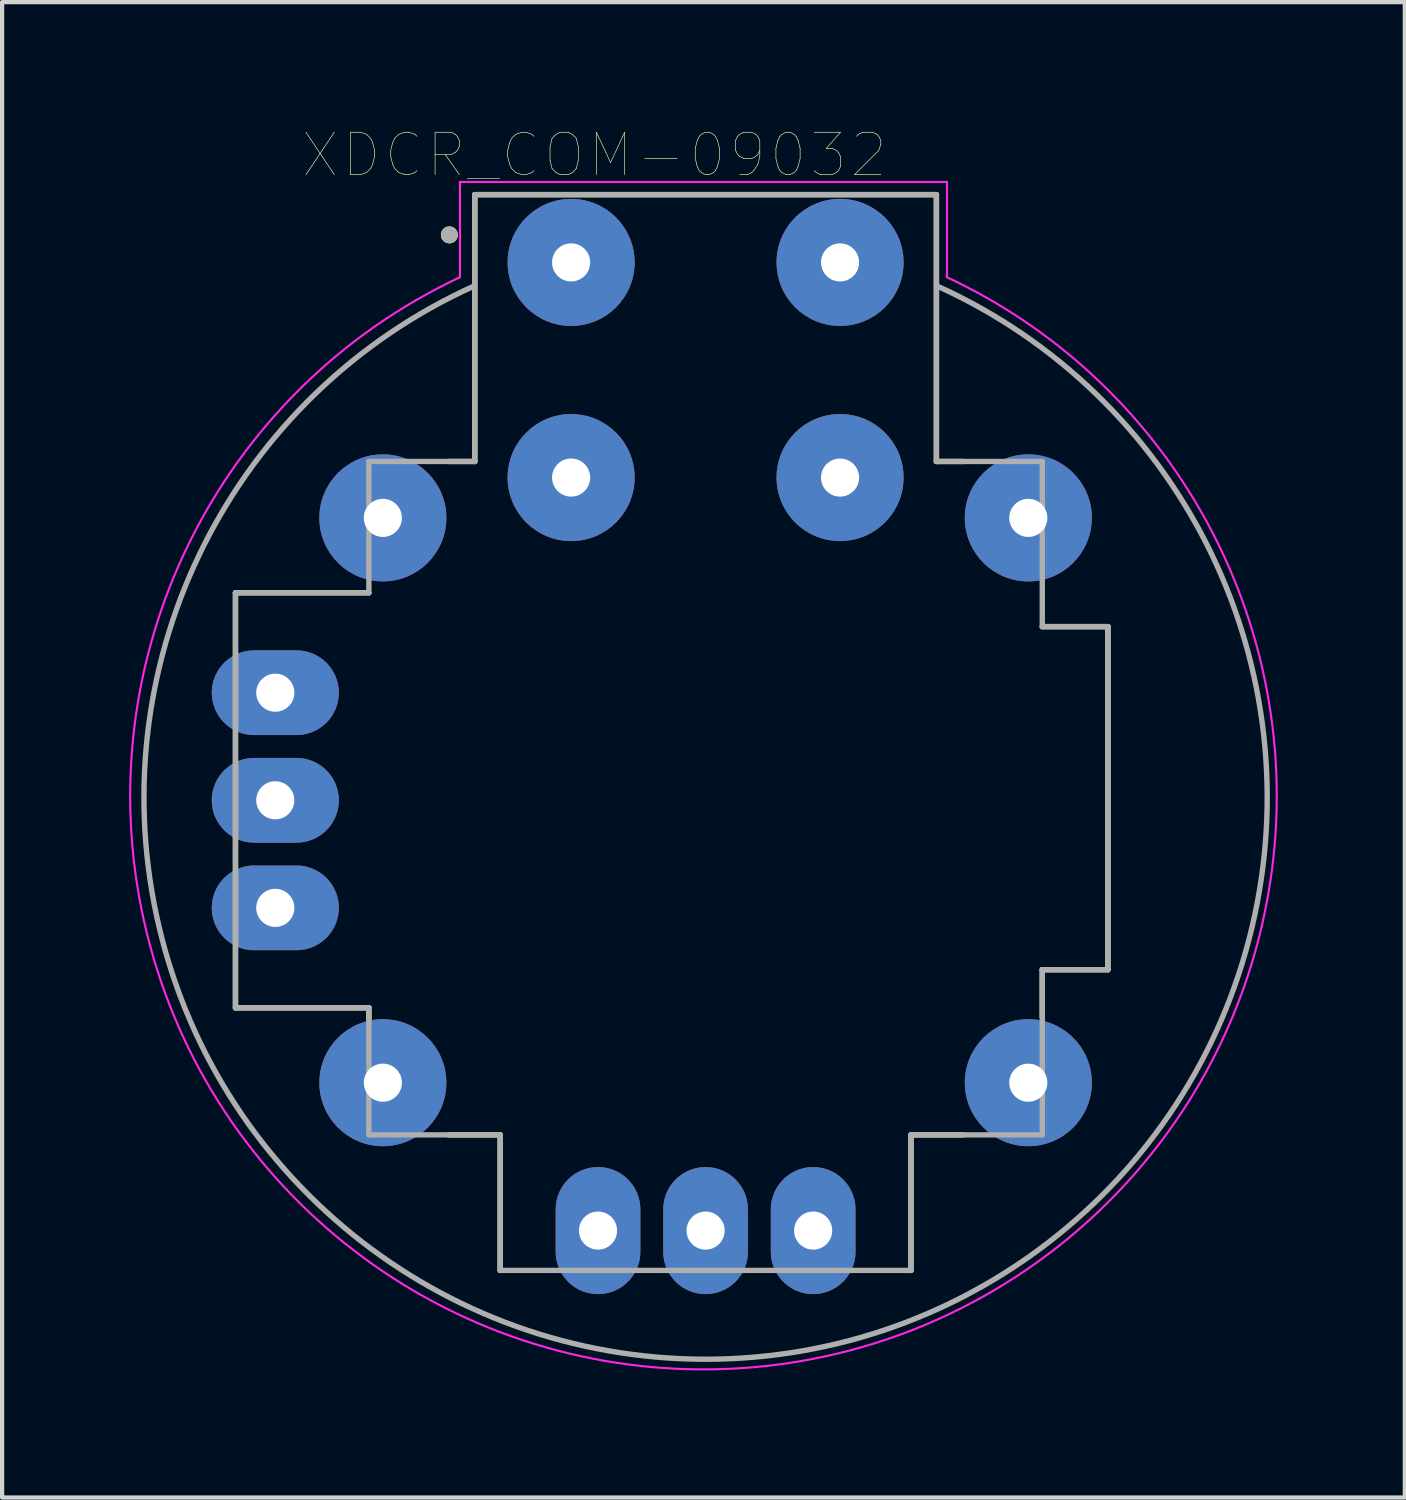
<source format=kicad_pcb>
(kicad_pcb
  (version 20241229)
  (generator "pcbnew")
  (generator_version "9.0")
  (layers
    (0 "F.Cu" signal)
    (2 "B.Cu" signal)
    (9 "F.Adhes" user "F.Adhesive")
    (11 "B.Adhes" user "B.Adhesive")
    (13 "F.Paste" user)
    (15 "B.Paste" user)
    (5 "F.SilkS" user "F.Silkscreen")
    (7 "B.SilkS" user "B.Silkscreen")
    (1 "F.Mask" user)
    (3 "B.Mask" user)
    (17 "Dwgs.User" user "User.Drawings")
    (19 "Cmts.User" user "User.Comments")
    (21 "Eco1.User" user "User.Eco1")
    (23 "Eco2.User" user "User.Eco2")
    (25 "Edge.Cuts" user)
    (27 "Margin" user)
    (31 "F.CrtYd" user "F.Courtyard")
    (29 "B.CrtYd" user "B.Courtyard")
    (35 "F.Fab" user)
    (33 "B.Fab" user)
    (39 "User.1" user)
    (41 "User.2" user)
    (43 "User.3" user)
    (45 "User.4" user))
  (footprint "XDCR_COM-09032"
    (layer "F.Cu")
    (at 13.61 15.846)
    (property "Reference" "XDCR_COM-09032" (at -2.625 -15.235 0) (layer "F.SilkS") (effects (font (size 1 1) (thickness 0.015))))
    (attr through_hole)
    (fp_line (start -11.1 -4.9) (end -7.95 -4.9) (stroke (width 0.127) (type solid)) (layer "F.SilkS"))
    (fp_line (start -11.1 4.9) (end -11.1 -4.9) (stroke (width 0.127) (type solid)) (layer "F.SilkS"))
    (fp_line (start -7.95 4.9) (end -11.1 4.9) (stroke (width 0.127) (type solid)) (layer "F.SilkS"))
    (fp_line (start -7.95 5.17) (end -7.95 4.9) (stroke (width 0.127) (type solid)) (layer "F.SilkS"))
    (fp_line (start -6.07 -8) (end -5.45 -8) (stroke (width 0.127) (type solid)) (layer "F.SilkS"))
    (fp_line (start -5.45 -14.3) (end 5.45 -14.3) (stroke (width 0.127) (type solid)) (layer "F.SilkS"))
    (fp_line (start -5.45 -8) (end -5.45 -14.3) (stroke (width 0.127) (type solid)) (layer "F.SilkS"))
    (fp_line (start -4.85 7.9) (end -6.07 7.9) (stroke (width 0.127) (type solid)) (layer "F.SilkS"))
    (fp_line (start -4.85 11.1) (end -4.85 7.9) (stroke (width 0.127) (type solid)) (layer "F.SilkS"))
    (fp_line (start 4.85 7.9) (end 4.85 11.1) (stroke (width 0.127) (type solid)) (layer "F.SilkS"))
    (fp_line (start 5.45 -14.3) (end 5.45 -8) (stroke (width 0.127) (type solid)) (layer "F.SilkS"))
    (fp_line (start 5.45 -8) (end 6.08 -8) (stroke (width 0.127) (type solid)) (layer "F.SilkS"))
    (fp_line (start 6.08 7.9) (end 4.85 7.9) (stroke (width 0.127) (type solid)) (layer "F.SilkS"))
    (fp_line (start 7.95 -4.1) (end 9.5 -4.1) (stroke (width 0.127) (type solid)) (layer "F.SilkS"))
    (fp_line (start 7.95 4) (end 7.95 5.12) (stroke (width 0.127) (type solid)) (layer "F.SilkS"))
    (fp_line (start 9.5 -4.1) (end 9.5 4) (stroke (width 0.127) (type solid)) (layer "F.SilkS"))
    (fp_line (start 9.5 4) (end 7.95 4) (stroke (width 0.127) (type solid)) (layer "F.SilkS"))
    (fp_circle (center -6.05 -13.35) (end -5.95 -13.35) (stroke (width 0.2) (type solid)) (fill no) (layer "F.SilkS"))
    (fp_line (start -5.8 -14.6) (end 5.7 -14.6) (stroke (width 0.05) (type solid)) (layer "F.CrtYd"))
    (fp_line (start -5.8 -12.35) (end -5.8 -14.6) (stroke (width 0.05) (type solid)) (layer "F.CrtYd"))
    (fp_line (start 5.7 -14.6) (end 5.7 -12.35) (stroke (width 0.05) (type solid)) (layer "F.CrtYd"))
    (fp_arc (start 5.7 -12.35) (mid -0.05 13.437438) (end -5.8 -12.35) (stroke (width 0.05) (type solid)) (layer "F.CrtYd"))
    (fp_line (start -11.1 -4.9) (end -11.1 4.9) (stroke (width 0.127) (type solid)) (layer "F.Fab"))
    (fp_line (start -7.95 -4.9) (end -11.1 -4.9) (stroke (width 0.127) (type solid)) (layer "F.Fab"))
    (fp_line (start -7.95 -4.9) (end -7.95 -8) (stroke (width 0.127) (type solid)) (layer "F.Fab"))
    (fp_line (start -7.95 4.9) (end -11.1 4.9) (stroke (width 0.127) (type solid)) (layer "F.Fab"))
    (fp_line (start -7.95 4.9) (end -7.95 7.9) (stroke (width 0.127) (type solid)) (layer "F.Fab"))
    (fp_line (start -5.45 -14.3) (end -5.45 -8) (stroke (width 0.127) (type solid)) (layer "F.Fab"))
    (fp_line (start -5.45 -8) (end -7.95 -8) (stroke (width 0.127) (type solid)) (layer "F.Fab"))
    (fp_line (start -4.85 7.9) (end -7.95 7.9) (stroke (width 0.127) (type solid)) (layer "F.Fab"))
    (fp_line (start -4.85 11.1) (end -4.85 7.9) (stroke (width 0.127) (type solid)) (layer "F.Fab"))
    (fp_line (start 4.85 7.9) (end 7.95 7.9) (stroke (width 0.127) (type solid)) (layer "F.Fab"))
    (fp_line (start 4.85 11.1) (end -4.85 11.1) (stroke (width 0.127) (type solid)) (layer "F.Fab"))
    (fp_line (start 4.85 11.1) (end 4.85 7.9) (stroke (width 0.127) (type solid)) (layer "F.Fab"))
    (fp_line (start 5.45 -14.3) (end -5.45 -14.3) (stroke (width 0.127) (type solid)) (layer "F.Fab"))
    (fp_line (start 5.45 -14.3) (end 5.45 -8) (stroke (width 0.127) (type solid)) (layer "F.Fab"))
    (fp_line (start 7.95 -8) (end 5.45 -8) (stroke (width 0.127) (type solid)) (layer "F.Fab"))
    (fp_line (start 7.95 -4.1) (end 7.95 -8) (stroke (width 0.127) (type solid)) (layer "F.Fab"))
    (fp_line (start 7.95 -4.1) (end 9.5 -4.1) (stroke (width 0.127) (type solid)) (layer "F.Fab"))
    (fp_line (start 7.95 4) (end 7.95 7.9) (stroke (width 0.127) (type solid)) (layer "F.Fab"))
    (fp_line (start 7.95 4) (end 9.5 4) (stroke (width 0.127) (type solid)) (layer "F.Fab"))
    (fp_line (start 9.5 -4.1) (end 9.5 4) (stroke (width 0.127) (type solid)) (layer "F.Fab"))
    (fp_arc (start 5.45 -12.15) (mid 0 13.197504) (end -5.45 -12.15) (stroke (width 0.127) (type solid)) (layer "F.Fab"))
    (fp_circle (center -6.05 -13.35) (end -5.95 -13.35) (stroke (width 0.2) (type solid)) (fill no) (layer "F.Fab"))
    (pad "B1A" thru_hole circle (at -3.175 -12.7) (size 3 3) (drill 0.9) (layers "*.Cu" "*.Mask"))
    (pad "B1B" thru_hole circle (at 3.175 -12.7) (size 3 3) (drill 0.9) (layers "*.Cu" "*.Mask"))
    (pad "B2A" thru_hole circle (at -3.175 -7.62) (size 3 3) (drill 0.9) (layers "*.Cu" "*.Mask"))
    (pad "B2B" thru_hole circle (at 3.175 -7.62) (size 3 3) (drill 0.9) (layers "*.Cu" "*.Mask"))
    (pad "H1" thru_hole oval (at -2.54 10.16) (size 2 3) (drill 0.9) (layers "*.Cu" "*.Mask"))
    (pad "H2" thru_hole oval (at 0 10.16) (size 2 3) (drill 0.9) (layers "*.Cu" "*.Mask"))
    (pad "H3" thru_hole oval (at 2.54 10.16) (size 2 3) (drill 0.9) (layers "*.Cu" "*.Mask"))
    (pad "S1" thru_hole circle (at -7.62 -6.668) (size 3 3) (drill 0.9) (layers "*.Cu" "*.Mask"))
    (pad "S2" thru_hole circle (at -7.62 6.668) (size 3 3) (drill 0.9) (layers "*.Cu" "*.Mask"))
    (pad "S3" thru_hole circle (at 7.62 6.668) (size 3 3) (drill 0.9) (layers "*.Cu" "*.Mask"))
    (pad "S4" thru_hole circle (at 7.62 -6.668) (size 3 3) (drill 0.9) (layers "*.Cu" "*.Mask"))
    (pad "V1" thru_hole oval (at -10.16 -2.54) (size 3 2) (drill 0.9) (layers "*.Cu" "*.Mask"))
    (pad "V2" thru_hole oval (at -10.16 0) (size 3 2) (drill 0.9) (layers "*.Cu" "*.Mask"))
    (pad "V3" thru_hole oval (at -10.16 2.54) (size 3 2) (drill 0.9) (layers "*.Cu" "*.Mask")))
  (gr_rect
    (start -3 -3)
    (end 30.12 32.309)
    (stroke (width 0.1) (type default))
    (fill no)
    (layer "Edge.Cuts")))
</source>
